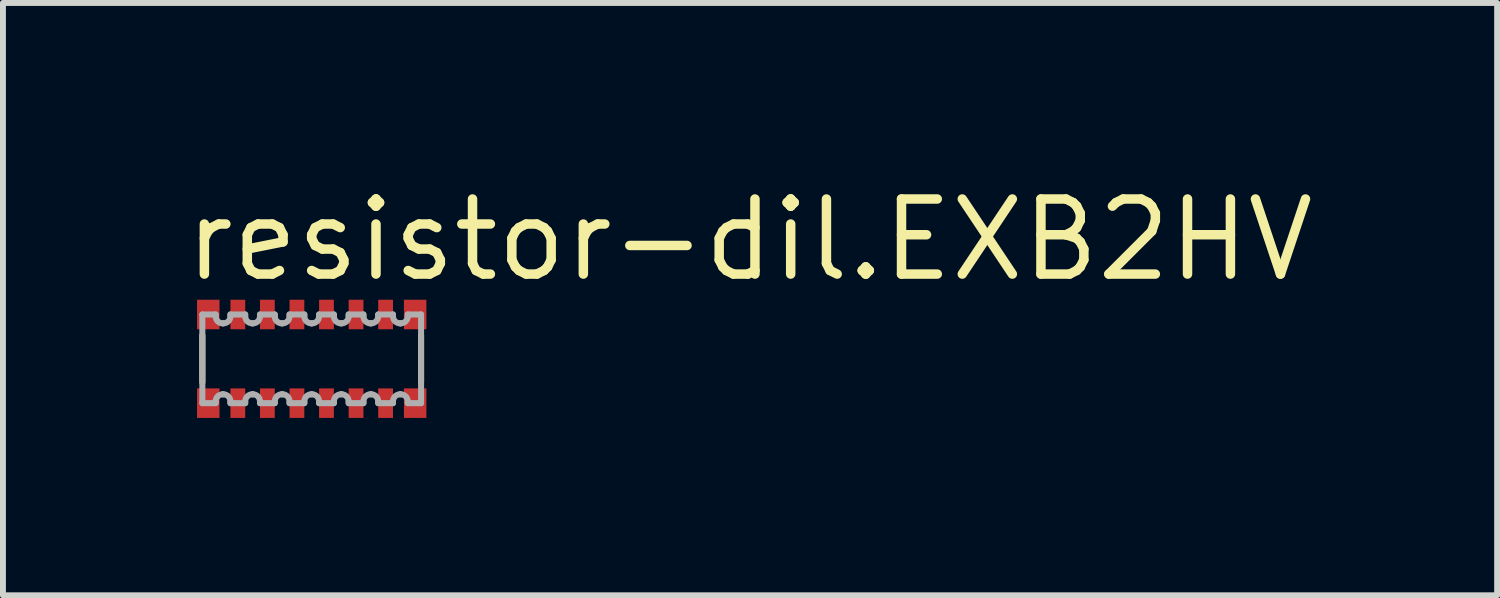
<source format=kicad_pcb>
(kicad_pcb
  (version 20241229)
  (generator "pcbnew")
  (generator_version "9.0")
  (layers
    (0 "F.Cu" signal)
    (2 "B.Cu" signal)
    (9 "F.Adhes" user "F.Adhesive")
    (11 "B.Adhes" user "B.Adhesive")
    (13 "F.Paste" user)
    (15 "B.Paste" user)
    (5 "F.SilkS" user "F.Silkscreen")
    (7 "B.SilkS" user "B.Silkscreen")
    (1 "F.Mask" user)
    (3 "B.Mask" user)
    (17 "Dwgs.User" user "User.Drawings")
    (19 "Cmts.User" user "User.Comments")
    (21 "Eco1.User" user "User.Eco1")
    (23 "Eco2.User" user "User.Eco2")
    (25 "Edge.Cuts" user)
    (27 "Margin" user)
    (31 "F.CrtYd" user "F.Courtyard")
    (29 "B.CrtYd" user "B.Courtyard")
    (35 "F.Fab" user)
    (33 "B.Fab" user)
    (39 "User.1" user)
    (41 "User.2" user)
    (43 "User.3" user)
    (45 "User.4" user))
  (footprint "resistor-dil.EXB2HV"
    (layer "F.Cu")
    (at 2.223 3.02)
    (property "Reference" "resistor-dil.EXB2HV" (at -2.223 -1.27 0) (layer "F.SilkS") (effects (font (size 1.27 1.27) (thickness 0.16)) (justify left bottom)))
    (attr smd)
    (fp_line (start -1.85 0.4) (end -1.85 -0.4) (stroke (width 0.102) (type default)) (layer "F.SilkS"))
    (fp_line (start 1.85 -0.4) (end 1.85 0.4) (stroke (width 0.102) (type default)) (layer "F.SilkS"))
    (fp_line (start -1.85 -0.75) (end -1.625 -0.75) (stroke (width 0.102) (type default)) (layer "F.Fab"))
    (fp_line (start -1.85 0.75) (end -1.85 -0.75) (stroke (width 0.102) (type default)) (layer "F.Fab"))
    (fp_line (start -1.625 -0.75) (end -1.625 -0.72) (stroke (width 0.102) (type default)) (layer "F.Fab"))
    (fp_line (start -1.625 0.72) (end -1.625 0.75) (stroke (width 0.102) (type default)) (layer "F.Fab"))
    (fp_line (start -1.625 0.75) (end -1.85 0.75) (stroke (width 0.102) (type default)) (layer "F.Fab"))
    (fp_line (start -1.505 -0.6) (end -1.495 -0.6) (stroke (width 0.102) (type default)) (layer "F.Fab"))
    (fp_line (start -1.495 0.6) (end -1.505 0.6) (stroke (width 0.102) (type default)) (layer "F.Fab"))
    (fp_line (start -1.375 -0.75) (end -1.125 -0.75) (stroke (width 0.102) (type default)) (layer "F.Fab"))
    (fp_line (start -1.375 -0.72) (end -1.375 -0.75) (stroke (width 0.102) (type default)) (layer "F.Fab"))
    (fp_line (start -1.375 0.75) (end -1.375 0.72) (stroke (width 0.102) (type default)) (layer "F.Fab"))
    (fp_line (start -1.125 -0.75) (end -1.125 -0.72) (stroke (width 0.102) (type default)) (layer "F.Fab"))
    (fp_line (start -1.125 0.72) (end -1.125 0.75) (stroke (width 0.102) (type default)) (layer "F.Fab"))
    (fp_line (start -1.125 0.75) (end -1.375 0.75) (stroke (width 0.102) (type default)) (layer "F.Fab"))
    (fp_line (start -1.005 -0.6) (end -0.995 -0.6) (stroke (width 0.102) (type default)) (layer "F.Fab"))
    (fp_line (start -0.995 0.6) (end -1.005 0.6) (stroke (width 0.102) (type default)) (layer "F.Fab"))
    (fp_line (start -0.875 -0.75) (end -0.625 -0.75) (stroke (width 0.102) (type default)) (layer "F.Fab"))
    (fp_line (start -0.875 -0.72) (end -0.875 -0.75) (stroke (width 0.102) (type default)) (layer "F.Fab"))
    (fp_line (start -0.875 0.75) (end -0.875 0.72) (stroke (width 0.102) (type default)) (layer "F.Fab"))
    (fp_line (start -0.625 -0.75) (end -0.625 -0.72) (stroke (width 0.102) (type default)) (layer "F.Fab"))
    (fp_line (start -0.625 0.72) (end -0.625 0.75) (stroke (width 0.102) (type default)) (layer "F.Fab"))
    (fp_line (start -0.625 0.75) (end -0.875 0.75) (stroke (width 0.102) (type default)) (layer "F.Fab"))
    (fp_line (start -0.505 -0.6) (end -0.495 -0.6) (stroke (width 0.102) (type default)) (layer "F.Fab"))
    (fp_line (start -0.495 0.6) (end -0.505 0.6) (stroke (width 0.102) (type default)) (layer "F.Fab"))
    (fp_line (start -0.375 -0.75) (end -0.125 -0.75) (stroke (width 0.102) (type default)) (layer "F.Fab"))
    (fp_line (start -0.375 -0.72) (end -0.375 -0.75) (stroke (width 0.102) (type default)) (layer "F.Fab"))
    (fp_line (start -0.375 0.75) (end -0.375 0.72) (stroke (width 0.102) (type default)) (layer "F.Fab"))
    (fp_line (start -0.125 -0.75) (end -0.125 -0.72) (stroke (width 0.102) (type default)) (layer "F.Fab"))
    (fp_line (start -0.125 0.72) (end -0.125 0.75) (stroke (width 0.102) (type default)) (layer "F.Fab"))
    (fp_line (start -0.125 0.75) (end -0.375 0.75) (stroke (width 0.102) (type default)) (layer "F.Fab"))
    (fp_line (start -0.005 -0.6) (end 0.005 -0.6) (stroke (width 0.102) (type default)) (layer "F.Fab"))
    (fp_line (start 0.005 0.6) (end -0.005 0.6) (stroke (width 0.102) (type default)) (layer "F.Fab"))
    (fp_line (start 0.125 -0.75) (end 0.375 -0.75) (stroke (width 0.102) (type default)) (layer "F.Fab"))
    (fp_line (start 0.125 -0.72) (end 0.125 -0.75) (stroke (width 0.102) (type default)) (layer "F.Fab"))
    (fp_line (start 0.125 0.75) (end 0.125 0.72) (stroke (width 0.102) (type default)) (layer "F.Fab"))
    (fp_line (start 0.375 -0.75) (end 0.375 -0.72) (stroke (width 0.102) (type default)) (layer "F.Fab"))
    (fp_line (start 0.375 0.72) (end 0.375 0.75) (stroke (width 0.102) (type default)) (layer "F.Fab"))
    (fp_line (start 0.375 0.75) (end 0.125 0.75) (stroke (width 0.102) (type default)) (layer "F.Fab"))
    (fp_line (start 0.495 -0.6) (end 0.505 -0.6) (stroke (width 0.102) (type default)) (layer "F.Fab"))
    (fp_line (start 0.505 0.6) (end 0.495 0.6) (stroke (width 0.102) (type default)) (layer "F.Fab"))
    (fp_line (start 0.625 -0.75) (end 0.875 -0.75) (stroke (width 0.102) (type default)) (layer "F.Fab"))
    (fp_line (start 0.625 -0.72) (end 0.625 -0.75) (stroke (width 0.102) (type default)) (layer "F.Fab"))
    (fp_line (start 0.625 0.75) (end 0.625 0.72) (stroke (width 0.102) (type default)) (layer "F.Fab"))
    (fp_line (start 0.875 -0.75) (end 0.875 -0.72) (stroke (width 0.102) (type default)) (layer "F.Fab"))
    (fp_line (start 0.875 0.72) (end 0.875 0.75) (stroke (width 0.102) (type default)) (layer "F.Fab"))
    (fp_line (start 0.875 0.75) (end 0.625 0.75) (stroke (width 0.102) (type default)) (layer "F.Fab"))
    (fp_line (start 0.995 -0.6) (end 1.005 -0.6) (stroke (width 0.102) (type default)) (layer "F.Fab"))
    (fp_line (start 1.005 0.6) (end 0.995 0.6) (stroke (width 0.102) (type default)) (layer "F.Fab"))
    (fp_line (start 1.125 -0.75) (end 1.375 -0.75) (stroke (width 0.102) (type default)) (layer "F.Fab"))
    (fp_line (start 1.125 -0.72) (end 1.125 -0.75) (stroke (width 0.102) (type default)) (layer "F.Fab"))
    (fp_line (start 1.125 0.75) (end 1.125 0.72) (stroke (width 0.102) (type default)) (layer "F.Fab"))
    (fp_line (start 1.375 -0.75) (end 1.375 -0.72) (stroke (width 0.102) (type default)) (layer "F.Fab"))
    (fp_line (start 1.375 0.72) (end 1.375 0.75) (stroke (width 0.102) (type default)) (layer "F.Fab"))
    (fp_line (start 1.375 0.75) (end 1.125 0.75) (stroke (width 0.102) (type default)) (layer "F.Fab"))
    (fp_line (start 1.495 -0.6) (end 1.505 -0.6) (stroke (width 0.102) (type default)) (layer "F.Fab"))
    (fp_line (start 1.505 0.6) (end 1.495 0.6) (stroke (width 0.102) (type default)) (layer "F.Fab"))
    (fp_line (start 1.625 -0.75) (end 1.85 -0.75) (stroke (width 0.102) (type default)) (layer "F.Fab"))
    (fp_line (start 1.625 -0.72) (end 1.625 -0.75) (stroke (width 0.102) (type default)) (layer "F.Fab"))
    (fp_line (start 1.625 0.75) (end 1.625 0.72) (stroke (width 0.102) (type default)) (layer "F.Fab"))
    (fp_line (start 1.85 -0.75) (end 1.85 0.75) (stroke (width 0.102) (type default)) (layer "F.Fab"))
    (fp_line (start 1.85 0.75) (end 1.625 0.75) (stroke (width 0.102) (type default)) (layer "F.Fab"))
    (fp_arc (start -1.625 0.72) (mid -1.589853 0.635147) (end -1.505 0.6) (stroke (width 0.1016) (type default)) (layer "F.Fab"))
    (fp_arc (start -1.505 -0.6) (mid -1.589853 -0.635147) (end -1.625 -0.72) (stroke (width 0.1016) (type default)) (layer "F.Fab"))
    (fp_arc (start -1.495 0.6) (mid -1.410147 0.635147) (end -1.375 0.72) (stroke (width 0.1016) (type default)) (layer "F.Fab"))
    (fp_arc (start -1.375 -0.72) (mid -1.410147 -0.635147) (end -1.495 -0.6) (stroke (width 0.1016) (type default)) (layer "F.Fab"))
    (fp_arc (start -1.125 0.72) (mid -1.089853 0.635147) (end -1.005 0.6) (stroke (width 0.1016) (type default)) (layer "F.Fab"))
    (fp_arc (start -1.005 -0.6) (mid -1.089853 -0.635147) (end -1.125 -0.72) (stroke (width 0.1016) (type default)) (layer "F.Fab"))
    (fp_arc (start -0.995 0.6) (mid -0.910147 0.635147) (end -0.875 0.72) (stroke (width 0.1016) (type default)) (layer "F.Fab"))
    (fp_arc (start -0.875 -0.72) (mid -0.910147 -0.635147) (end -0.995 -0.6) (stroke (width 0.1016) (type default)) (layer "F.Fab"))
    (fp_arc (start -0.625 0.72) (mid -0.589853 0.635147) (end -0.505 0.6) (stroke (width 0.1016) (type default)) (layer "F.Fab"))
    (fp_arc (start -0.505 -0.6) (mid -0.589853 -0.635147) (end -0.625 -0.72) (stroke (width 0.1016) (type default)) (layer "F.Fab"))
    (fp_arc (start -0.495 0.6) (mid -0.410147 0.635147) (end -0.375 0.72) (stroke (width 0.1016) (type default)) (layer "F.Fab"))
    (fp_arc (start -0.375 -0.72) (mid -0.410147 -0.635147) (end -0.495 -0.6) (stroke (width 0.1016) (type default)) (layer "F.Fab"))
    (fp_arc (start -0.125 0.72) (mid -0.089853 0.635147) (end -0.005 0.6) (stroke (width 0.1016) (type default)) (layer "F.Fab"))
    (fp_arc (start -0.005 -0.6) (mid -0.089853 -0.635147) (end -0.125 -0.72) (stroke (width 0.1016) (type default)) (layer "F.Fab"))
    (fp_arc (start 0.005 0.6) (mid 0.089853 0.635147) (end 0.125 0.72) (stroke (width 0.1016) (type default)) (layer "F.Fab"))
    (fp_arc (start 0.125 -0.72) (mid 0.089853 -0.635147) (end 0.005 -0.6) (stroke (width 0.1016) (type default)) (layer "F.Fab"))
    (fp_arc (start 0.375 0.72) (mid 0.410147 0.635147) (end 0.495 0.6) (stroke (width 0.1016) (type default)) (layer "F.Fab"))
    (fp_arc (start 0.495 -0.6) (mid 0.410147 -0.635147) (end 0.375 -0.72) (stroke (width 0.1016) (type default)) (layer "F.Fab"))
    (fp_arc (start 0.505 0.6) (mid 0.589853 0.635147) (end 0.625 0.72) (stroke (width 0.1016) (type default)) (layer "F.Fab"))
    (fp_arc (start 0.625 -0.72) (mid 0.589853 -0.635147) (end 0.505 -0.6) (stroke (width 0.1016) (type default)) (layer "F.Fab"))
    (fp_arc (start 0.875 0.72) (mid 0.910147 0.635147) (end 0.995 0.6) (stroke (width 0.1016) (type default)) (layer "F.Fab"))
    (fp_arc (start 0.995 -0.6) (mid 0.910147 -0.635147) (end 0.875 -0.72) (stroke (width 0.1016) (type default)) (layer "F.Fab"))
    (fp_arc (start 1.005 0.6) (mid 1.089853 0.635147) (end 1.125 0.72) (stroke (width 0.1016) (type default)) (layer "F.Fab"))
    (fp_arc (start 1.125 -0.72) (mid 1.089853 -0.635147) (end 1.005 -0.6) (stroke (width 0.1016) (type default)) (layer "F.Fab"))
    (fp_arc (start 1.375 0.72) (mid 1.410147 0.635147) (end 1.495 0.6) (stroke (width 0.1016) (type default)) (layer "F.Fab"))
    (fp_arc (start 1.495 -0.6) (mid 1.410147 -0.635147) (end 1.375 -0.72) (stroke (width 0.1016) (type default)) (layer "F.Fab"))
    (fp_arc (start 1.505 0.6) (mid 1.589853 0.635147) (end 1.625 0.72) (stroke (width 0.1016) (type default)) (layer "F.Fab"))
    (fp_arc (start 1.625 -0.72) (mid 1.589853 -0.635147) (end 1.505 -0.6) (stroke (width 0.1016) (type default)) (layer "F.Fab"))
    (pad "1" smd roundrect (at -1.75 0.75) (size 0.38 0.5) (layers "F.Cu" "F.Mask" "F.Paste") (roundrect_rratio 0.01))
    (pad "2" smd roundrect (at -1.25 0.75) (size 0.25 0.5) (layers "F.Cu" "F.Mask" "F.Paste") (roundrect_rratio 0.01))
    (pad "3" smd roundrect (at -0.75 0.75) (size 0.25 0.5) (layers "F.Cu" "F.Mask" "F.Paste") (roundrect_rratio 0.01))
    (pad "4" smd roundrect (at -0.25 0.75) (size 0.25 0.5) (layers "F.Cu" "F.Mask" "F.Paste") (roundrect_rratio 0.01))
    (pad "5" smd roundrect (at 0.25 0.75) (size 0.25 0.5) (layers "F.Cu" "F.Mask" "F.Paste") (roundrect_rratio 0.01))
    (pad "6" smd roundrect (at 0.75 0.75) (size 0.25 0.5) (layers "F.Cu" "F.Mask" "F.Paste") (roundrect_rratio 0.01))
    (pad "7" smd roundrect (at 1.25 0.75) (size 0.25 0.5) (layers "F.Cu" "F.Mask" "F.Paste") (roundrect_rratio 0.01))
    (pad "8" smd roundrect (at 1.75 0.75) (size 0.38 0.5) (layers "F.Cu" "F.Mask" "F.Paste") (roundrect_rratio 0.01))
    (pad "9" smd roundrect (at 1.75 -0.75 180) (size 0.38 0.5) (layers "F.Cu" "F.Mask" "F.Paste") (roundrect_rratio 0.01))
    (pad "10" smd roundrect (at 1.25 -0.75 180) (size 0.25 0.5) (layers "F.Cu" "F.Mask" "F.Paste") (roundrect_rratio 0.01))
    (pad "11" smd roundrect (at 0.75 -0.75 180) (size 0.25 0.5) (layers "F.Cu" "F.Mask" "F.Paste") (roundrect_rratio 0.01))
    (pad "12" smd roundrect (at 0.25 -0.75 180) (size 0.25 0.5) (layers "F.Cu" "F.Mask" "F.Paste") (roundrect_rratio 0.01))
    (pad "13" smd roundrect (at -0.25 -0.75 180) (size 0.25 0.5) (layers "F.Cu" "F.Mask" "F.Paste") (roundrect_rratio 0.01))
    (pad "14" smd roundrect (at -0.75 -0.75 180) (size 0.25 0.5) (layers "F.Cu" "F.Mask" "F.Paste") (roundrect_rratio 0.01))
    (pad "15" smd roundrect (at -1.25 -0.75 180) (size 0.25 0.5) (layers "F.Cu" "F.Mask" "F.Paste") (roundrect_rratio 0.01))
    (pad "16" smd roundrect (at -1.75 -0.75 180) (size 0.38 0.5) (layers "F.Cu" "F.Mask" "F.Paste") (roundrect_rratio 0.01)))
  (gr_rect
    (start -3 -3)
    (end 22.276 7.02)
    (stroke (width 0.1) (type default))
    (fill no)
    (layer "Edge.Cuts")))
</source>
